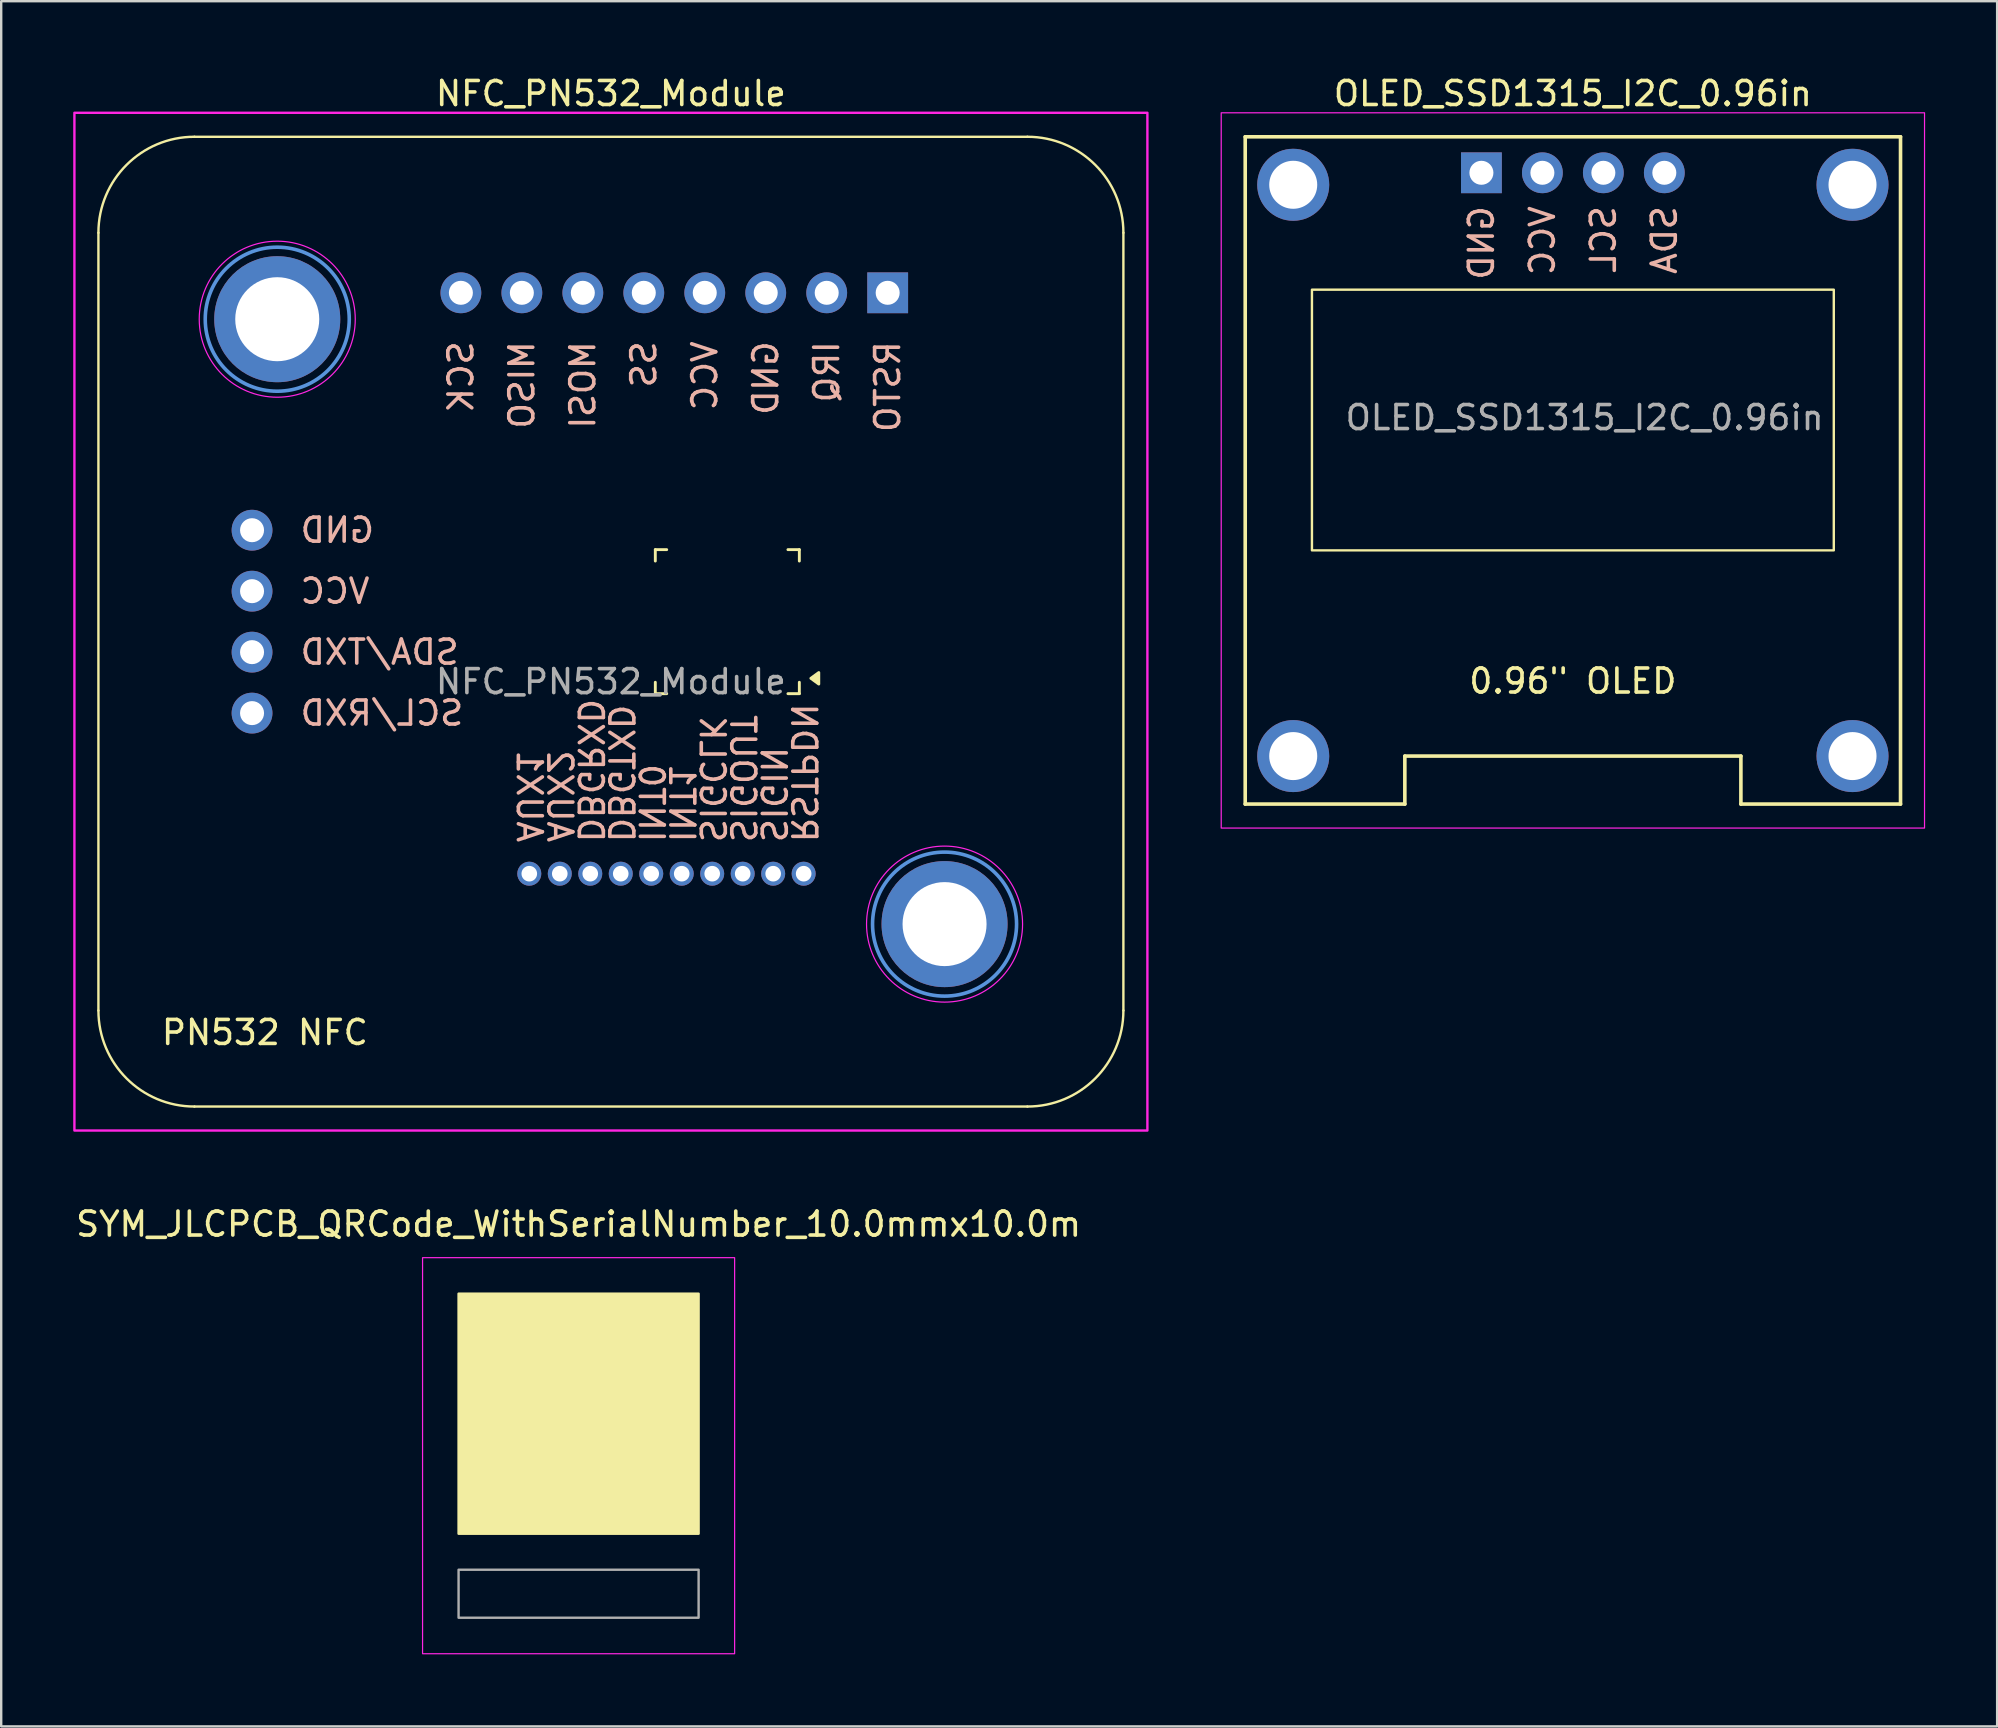
<source format=kicad_pcb>
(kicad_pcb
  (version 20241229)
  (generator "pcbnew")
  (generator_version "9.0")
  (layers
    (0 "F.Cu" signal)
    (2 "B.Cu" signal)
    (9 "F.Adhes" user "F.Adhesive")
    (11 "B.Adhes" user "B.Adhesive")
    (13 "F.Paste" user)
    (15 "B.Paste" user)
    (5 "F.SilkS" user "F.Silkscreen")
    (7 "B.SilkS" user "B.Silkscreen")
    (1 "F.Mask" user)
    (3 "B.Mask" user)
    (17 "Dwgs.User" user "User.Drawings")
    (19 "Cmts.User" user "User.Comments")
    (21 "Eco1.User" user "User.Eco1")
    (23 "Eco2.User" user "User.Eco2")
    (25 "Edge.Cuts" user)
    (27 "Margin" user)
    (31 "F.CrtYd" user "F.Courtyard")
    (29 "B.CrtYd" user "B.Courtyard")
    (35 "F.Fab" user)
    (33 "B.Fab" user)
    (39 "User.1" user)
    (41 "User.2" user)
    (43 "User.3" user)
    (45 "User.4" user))
  (footprint "NFC_PN532_Module"
    (layer "F.Cu")
    (at 22.4 22.848)
    (property "Reference" "NFC_PN532_Module" (at 0 -22 0) (unlocked yes) (layer "F.SilkS") (effects (font (size 1 1) (thickness 0.15))))
    (attr through_hole)
    (fp_line (start -21.35 16.2) (end -21.35 -16.2) (stroke (width 0.1) (type default)) (layer "F.SilkS"))
    (fp_line (start -17.35 -20.2) (end 17.35 -20.2) (stroke (width 0.1) (type default)) (layer "F.SilkS"))
    (fp_line (start 1.85 -3) (end 2.325 -3) (stroke (width 0.12) (type solid)) (layer "F.SilkS"))
    (fp_line (start 1.85 -2.525) (end 1.85 -3) (stroke (width 0.12) (type solid)) (layer "F.SilkS"))
    (fp_line (start 1.85 3) (end 1.85 2.525) (stroke (width 0.12) (type solid)) (layer "F.SilkS"))
    (fp_line (start 2.325 3) (end 1.85 3) (stroke (width 0.12) (type solid)) (layer "F.SilkS"))
    (fp_line (start 7.375 -3) (end 7.85 -3) (stroke (width 0.12) (type solid)) (layer "F.SilkS"))
    (fp_line (start 7.85 -3) (end 7.85 -2.525) (stroke (width 0.12) (type solid)) (layer "F.SilkS"))
    (fp_line (start 7.85 2.525) (end 7.85 3) (stroke (width 0.12) (type solid)) (layer "F.SilkS"))
    (fp_line (start 7.85 3) (end 7.375 3) (stroke (width 0.12) (type solid)) (layer "F.SilkS"))
    (fp_line (start 17.35 20.2) (end -17.35 20.2) (stroke (width 0.1) (type default)) (layer "F.SilkS"))
    (fp_line (start 21.35 -16.2) (end 21.35 16.2) (stroke (width 0.1) (type default)) (layer "F.SilkS"))
    (fp_arc (start -21.35 -16.2) (mid -20.178427 -19.028427) (end -17.35 -20.2) (stroke (width 0.1) (type default)) (layer "F.SilkS"))
    (fp_arc (start -17.35 20.2) (mid -20.178427 19.028427) (end -21.35 16.2) (stroke (width 0.1) (type default)) (layer "F.SilkS"))
    (fp_arc (start 17.35 -20.2) (mid 20.178427 -19.028427) (end 21.35 -16.2) (stroke (width 0.1) (type default)) (layer "F.SilkS"))
    (fp_arc (start 21.35 16.2) (mid 20.178427 19.028427) (end 17.35 20.2) (stroke (width 0.1) (type default)) (layer "F.SilkS"))
    (fp_poly (pts (xy 8.33 2.36) (xy 8.66 2.12) (xy 8.66 2.6)) (stroke (width 0.12) (type solid)) (fill yes) (layer "F.SilkS"))
    (fp_circle (center -13.9 -12.6) (end -10.9 -12.6) (stroke (width 0.15) (type solid)) (fill no) (layer "Cmts.User"))
    (fp_circle (center 13.9 12.6) (end 16.9 12.6) (stroke (width 0.15) (type solid)) (fill no) (layer "Cmts.User"))
    (fp_rect (start -22.35 -21.2) (end 22.35 21.2) (stroke (width 0.1) (type default)) (fill no) (layer "F.CrtYd"))
    (fp_circle (center -13.9 -12.6) (end -10.65 -12.6) (stroke (width 0.05) (type solid)) (fill no) (layer "F.CrtYd"))
    (fp_circle (center 13.9 12.6) (end 17.15 12.6) (stroke (width 0.05) (type solid)) (fill no) (layer "F.CrtYd"))
    (fp_text user "PN532 NFC" (at -18.8 17.7 0) (unlocked yes) (layer "F.SilkS") (effects (font (size 1 1) (thickness 0.15)) (justify left bottom)))
    (fp_text user "IRQ" (at 8.99 -11.77 90) (unlocked yes) (layer "B.SilkS") (effects (font (size 1 1) (thickness 0.15)) (justify left mirror)))
    (fp_text user "VCC" (at 3.91 -11.77 90) (unlocked yes) (layer "B.SilkS") (effects (font (size 1 1) (thickness 0.15)) (justify left mirror)))
    (fp_text user "RSTO" (at 11.53 -11.77 90) (unlocked yes) (layer "B.SilkS") (effects (font (size 1 1) (thickness 0.15)) (justify left mirror)))
    (fp_text user "SCK" (at -6.25 -11.77 90) (unlocked yes) (layer "B.SilkS") (effects (font (size 1 1) (thickness 0.15)) (justify left mirror)))
    (fp_text user "MISO" (at -3.71 -11.77 90) (unlocked yes) (layer "B.SilkS") (effects (font (size 1 1) (thickness 0.15)) (justify left mirror)))
    (fp_text user "RSTPDN" (at 8.03 9.28 270) (unlocked yes) (layer "B.SilkS") (effects (font (size 1 1) (thickness 0.15)) (justify left mirror)))
    (fp_text user "SIGIN" (at 6.76 9.28 270) (unlocked yes) (layer "B.SilkS") (effects (font (size 1 1) (thickness 0.15)) (justify left mirror)))
    (fp_text user "GND" (at 6.45 -11.77 90) (unlocked yes) (layer "B.SilkS") (effects (font (size 1 1) (thickness 0.15)) (justify left mirror)))
    (fp_text user "VCC" (at -13.02 -1.27 0) (unlocked yes) (layer "B.SilkS") (effects (font (size 1 1) (thickness 0.15)) (justify right mirror)))
    (fp_text user "GND" (at -13.02 -3.81 0) (unlocked yes) (layer "B.SilkS") (effects (font (size 1 1) (thickness 0.15)) (justify right mirror)))
    (fp_text user "SIGCLK" (at 4.22 9.28 270) (unlocked yes) (layer "B.SilkS") (effects (font (size 1 1) (thickness 0.15)) (justify left mirror)))
    (fp_text user "DBGTXD" (at 0.41 9.28 270) (unlocked yes) (layer "B.SilkS") (effects (font (size 1 1) (thickness 0.15)) (justify left mirror)))
    (fp_text user "INT1" (at 2.95 9.28 270) (unlocked yes) (layer "B.SilkS") (effects (font (size 1 1) (thickness 0.15)) (justify left mirror)))
    (fp_text user "AUX1" (at -3.4 9.28 270) (unlocked yes) (layer "B.SilkS") (effects (font (size 1 1) (thickness 0.15)) (justify left mirror)))
    (fp_text user "SS" (at 1.37 -11.77 90) (unlocked yes) (layer "B.SilkS") (effects (font (size 1 1) (thickness 0.15)) (justify left mirror)))
    (fp_text user "AUX2" (at -2.13 9.28 270) (unlocked yes) (layer "B.SilkS") (effects (font (size 1 1) (thickness 0.15)) (justify left mirror)))
    (fp_text user "SDA/TXD" (at -13.02 1.27 0) (unlocked yes) (layer "B.SilkS") (effects (font (size 1 1) (thickness 0.15)) (justify right mirror)))
    (fp_text user "SIGOUT" (at 5.49 9.28 270) (unlocked yes) (layer "B.SilkS") (effects (font (size 1 1) (thickness 0.15)) (justify left mirror)))
    (fp_text user "DBGRXD" (at -0.86 9.28 270) (unlocked yes) (layer "B.SilkS") (effects (font (size 1 1) (thickness 0.15)) (justify left mirror)))
    (fp_text user "INT0" (at 1.68 9.28 270) (unlocked yes) (layer "B.SilkS") (effects (font (size 1 1) (thickness 0.15)) (justify left mirror)))
    (fp_text user "MOSI" (at -1.17 -11.77 90) (unlocked yes) (layer "B.SilkS") (effects (font (size 1 1) (thickness 0.15)) (justify left mirror)))
    (fp_text user "SCL/RXD" (at -13.02 3.81 0) (unlocked yes) (layer "B.SilkS") (effects (font (size 1 1) (thickness 0.15)) (justify right mirror)))
    (fp_text user "${REFERENCE}" (at 0 2.5 0) (unlocked yes) (layer "F.Fab") (effects (font (size 1 1) (thickness 0.15))))
    (pad "" np_thru_hole circle (at -13.9 -12.6) (size 5.25 5.25) (drill 3.5) (layers "*.Cu" "*.Mask"))
    (pad "" np_thru_hole circle (at 13.9 12.6) (size 5.25 5.25) (drill 3.5) (layers "*.Cu" "*.Mask"))
    (pad "1" thru_hole rect (at 11.53 -13.7 270) (size 1.7 1.7) (drill 1) (layers "*.Cu" "*.Mask"))
    (pad "2" thru_hole circle (at 8.99 -13.7 270) (size 1.7 1.7) (drill 1) (layers "*.Cu" "*.Mask"))
    (pad "3" thru_hole circle (at 6.45 -13.7 270) (size 1.7 1.7) (drill 1) (layers "*.Cu" "*.Mask"))
    (pad "4" thru_hole circle (at 3.91 -13.7 270) (size 1.7 1.7) (drill 1) (layers "*.Cu" "*.Mask"))
    (pad "5" thru_hole circle (at 1.37 -13.7 270) (size 1.7 1.7) (drill 1) (layers "*.Cu" "*.Mask"))
    (pad "6" thru_hole circle (at -1.17 -13.7 270) (size 1.7 1.7) (drill 1) (layers "*.Cu" "*.Mask"))
    (pad "7" thru_hole circle (at -3.71 -13.7 270) (size 1.7 1.7) (drill 1) (layers "*.Cu" "*.Mask"))
    (pad "8" thru_hole circle (at -6.25 -13.7 270) (size 1.7 1.7) (drill 1) (layers "*.Cu" "*.Mask"))
    (pad "9" thru_hole circle (at -14.95 -3.81 270) (size 1.7 1.7) (drill 1) (layers "*.Cu" "*.Mask"))
    (pad "10" thru_hole circle (at -14.95 -1.27 270) (size 1.7 1.7) (drill 1) (layers "*.Cu" "*.Mask"))
    (pad "11" thru_hole circle (at -14.95 1.27 270) (size 1.7 1.7) (drill 1) (layers "*.Cu" "*.Mask"))
    (pad "12" thru_hole circle (at -14.95 3.81 270) (size 1.7 1.7) (drill 1) (layers "*.Cu" "*.Mask"))
    (pad "13" thru_hole circle (at -3.4 10.5 90) (size 1 1) (drill 0.65) (layers "*.Cu" "*.Mask"))
    (pad "14" thru_hole circle (at -2.13 10.5 90) (size 1 1) (drill 0.65) (layers "*.Cu" "*.Mask"))
    (pad "15" thru_hole circle (at -0.86 10.5 90) (size 1 1) (drill 0.65) (layers "*.Cu" "*.Mask"))
    (pad "16" thru_hole circle (at 0.41 10.5 90) (size 1 1) (drill 0.65) (layers "*.Cu" "*.Mask"))
    (pad "17" thru_hole circle (at 1.68 10.5 90) (size 1 1) (drill 0.65) (layers "*.Cu" "*.Mask"))
    (pad "18" thru_hole circle (at 2.95 10.5 90) (size 1 1) (drill 0.65) (layers "*.Cu" "*.Mask"))
    (pad "19" thru_hole circle (at 4.22 10.5 90) (size 1 1) (drill 0.65) (layers "*.Cu" "*.Mask"))
    (pad "20" thru_hole circle (at 5.49 10.5 90) (size 1 1) (drill 0.65) (layers "*.Cu" "*.Mask"))
    (pad "21" thru_hole circle (at 6.76 10.5 90) (size 1 1) (drill 0.65) (layers "*.Cu" "*.Mask"))
    (pad "22" thru_hole circle (at 8.03 10.5 90) (size 1 1) (drill 0.65) (layers "*.Cu" "*.Mask")))
  (footprint "SYM_JLCPCB_QRCode_WithSerialNumber_10.0mmx10.0m"
    (layer "F.Cu")
    (at 21.054 55.844)
    (property "Reference" "SYM_JLCPCB_QRCode_WithSerialNumber_10.0mmx10.0m" (at 0 -7.898 0) (layer "F.SilkS") (effects (font (size 1 1) (thickness 0.15))))
    (attr board_only exclude_from_pos_files exclude_from_bom)
    (fp_rect (start -5 -5) (end 5 5) (stroke (width 0.1) (type default)) (fill yes) (layer "F.SilkS"))
    (fp_rect (start -6.5 -6.5) (end 6.5 10) (stroke (width 0.05) (type default)) (fill no) (layer "F.CrtYd"))
    (fp_rect (start -5 6.5) (end 5 8.5) (stroke (width 0.1) (type default)) (fill no) (layer "F.Fab")))
  (footprint "OLED_SSD1315_I2C_0.96in"
    (layer "F.Cu")
    (at 58.665 4.148)
    (property "Reference" "OLED_SSD1315_I2C_0.96in" (at 3.81 -3.3 0) (layer "F.SilkS") (effects (font (size 1 1) (thickness 0.15))))
    (attr through_hole)
    (fp_line (start -9.84 -1.5) (end -9.84 26.3) (stroke (width 0.15) (type solid)) (layer "F.SilkS"))
    (fp_line (start -9.84 -1.5) (end 17.46 -1.5) (stroke (width 0.15) (type solid)) (layer "F.SilkS"))
    (fp_line (start -9.84 26.3) (end -3.19 26.3) (stroke (width 0.15) (type default)) (layer "F.SilkS"))
    (fp_line (start -3.19 24.3) (end -3.19 26.3) (stroke (width 0.15) (type default)) (layer "F.SilkS"))
    (fp_line (start -3.19 24.3) (end 10.81 24.3) (stroke (width 0.15) (type default)) (layer "F.SilkS"))
    (fp_line (start 10.81 24.3) (end 10.81 26.3) (stroke (width 0.15) (type default)) (layer "F.SilkS"))
    (fp_line (start 10.81 26.3) (end 17.46 26.3) (stroke (width 0.15) (type default)) (layer "F.SilkS"))
    (fp_line (start 17.46 -1.5) (end 17.46 26.3) (stroke (width 0.15) (type solid)) (layer "F.SilkS"))
    (fp_rect (start -7.06 4.87) (end 14.68 15.73) (stroke (width 0.1) (type default)) (fill no) (layer "F.SilkS"))
    (fp_rect (start -10.84 -2.5) (end 18.46 27.3) (stroke (width 0.05) (type default)) (fill no) (layer "F.CrtYd"))
    (fp_text user "0.96\" OLED" (at 3.81 21.76 0) (unlocked yes) (layer "F.SilkS") (effects (font (size 1 1) (thickness 0.15)) (justify bottom)))
    (fp_text user "VCC" (at 2.54 1.3 90) (unlocked yes) (layer "B.SilkS") (effects (font (size 1 1) (thickness 0.15)) (justify left mirror)))
    (fp_text user "SCL" (at 5.08 1.3 90) (unlocked yes) (layer "B.SilkS") (effects (font (size 1 1) (thickness 0.15)) (justify left mirror)))
    (fp_text user "SDA" (at 7.62 1.3 90) (unlocked yes) (layer "B.SilkS") (effects (font (size 1 1) (thickness 0.15)) (justify left mirror)))
    (fp_text user "GND" (at 0 1.3 90) (unlocked yes) (layer "B.SilkS") (effects (font (size 1 1) (thickness 0.15)) (justify left mirror)))
    (fp_text user "${REFERENCE}" (at 4.3 10.2 180) (layer "F.Fab") (effects (font (size 1 1) (thickness 0.15))))
    (pad "" np_thru_hole circle (at -7.84 0.5) (size 3 3) (drill 2) (layers "*.Cu" "*.Mask"))
    (pad "" np_thru_hole circle (at -7.84 24.3) (size 3 3) (drill 2) (layers "*.Cu" "*.Mask"))
    (pad "" np_thru_hole circle (at 15.46 0.5) (size 3 3) (drill 2) (layers "*.Cu" "*.Mask"))
    (pad "" np_thru_hole circle (at 15.46 24.3) (size 3 3) (drill 2) (layers "*.Cu" "*.Mask"))
    (pad "1" thru_hole rect (at 0 0 90) (size 1.7 1.7) (drill 1) (layers "*.Cu" "*.Mask"))
    (pad "2" thru_hole oval (at 2.54 0 90) (size 1.7 1.7) (drill 1) (layers "*.Cu" "*.Mask"))
    (pad "3" thru_hole oval (at 5.08 0 90) (size 1.7 1.7) (drill 1) (layers "*.Cu" "*.Mask"))
    (pad "4" thru_hole oval (at 7.62 0 90) (size 1.7 1.7) (drill 1) (layers "*.Cu" "*.Mask")))
  (gr_rect
    (start -3 -3)
    (end 80.15 68.87)
    (stroke (width 0.1) (type default))
    (fill no)
    (layer "Edge.Cuts")))
</source>
